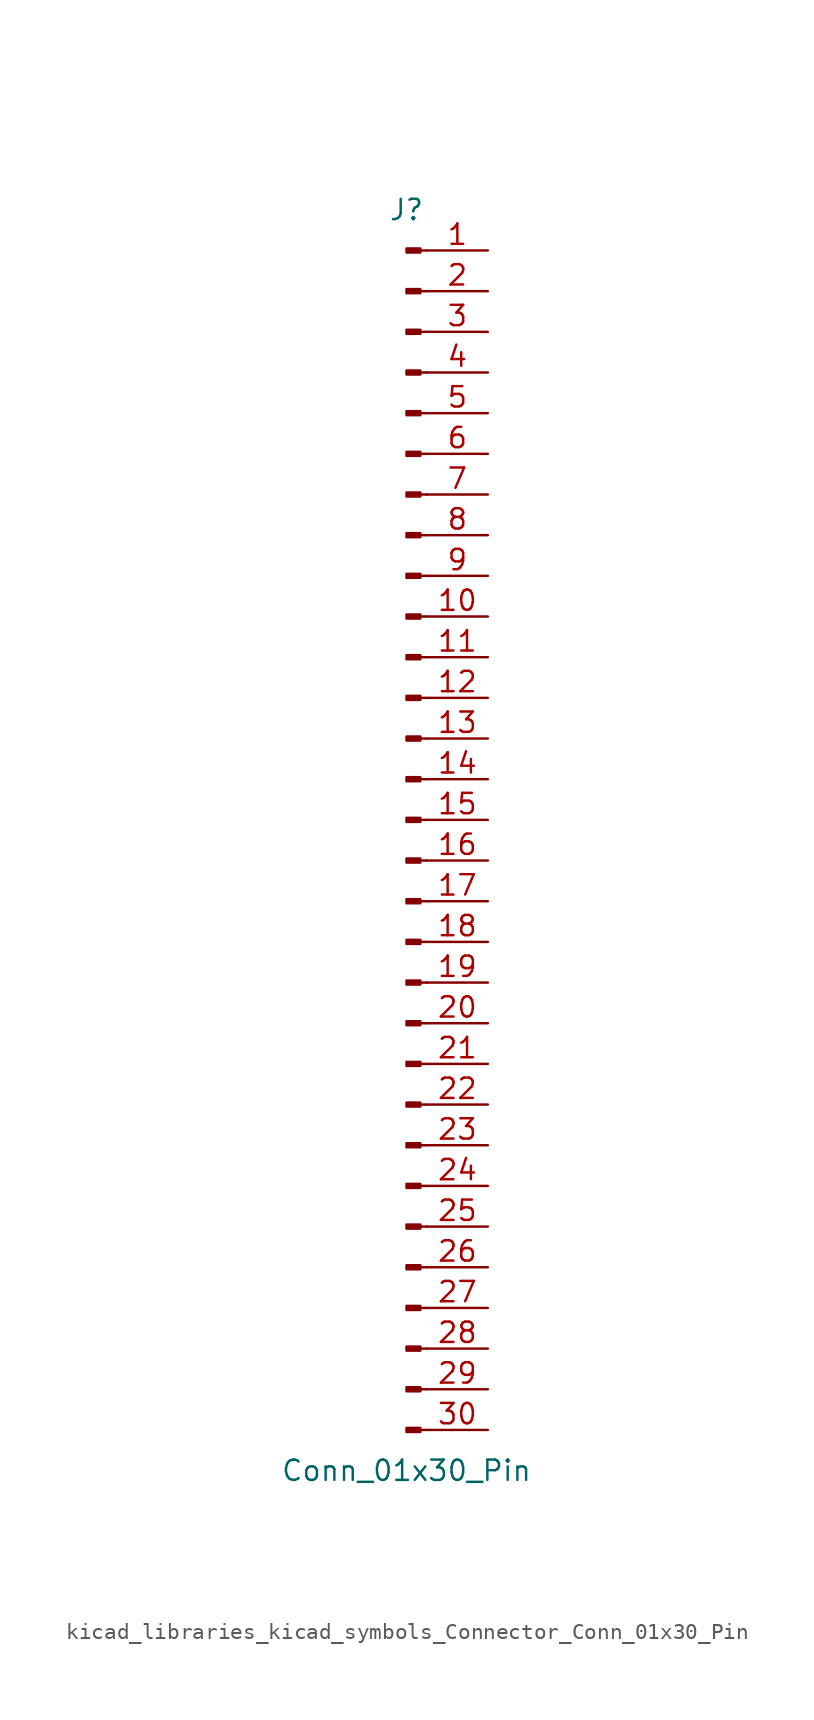
<source format=kicad_sym>
(kicad_symbol_lib
  (version 20220914)
  (generator kicad_symbol_editor)
  (symbol "kicad_libraries_kicad_symbols_Connector_Conn_01x30_Pin"
    (pin_names
      (offset 1.016) hide)
    (property "Reference" "J"
      (at 0 38.1 0)
      (effects (font (size 1.27 1.27))))
    (property "Value" "Conn_01x30_Pin"
      (at 0 -40.64 0)
      (effects (font (size 1.27 1.27))))
    (property "ki_locked" ""
      (at 0 0 0)
      (effects (font (size 1.27 1.27))))
    (symbol "kicad_libraries_kicad_symbols_Connector_Conn_01x30_Pin_1_1"
      (polyline (pts (xy 1.27 -38.1) (xy 0.864 -38.1)) (stroke (width 0.152) (type default)) (fill (type none)))
      (polyline (pts (xy 1.27 -35.56) (xy 0.864 -35.56)) (stroke (width 0.152) (type default)) (fill (type none)))
      (polyline (pts (xy 1.27 -33.02) (xy 0.864 -33.02)) (stroke (width 0.152) (type default)) (fill (type none)))
      (polyline (pts (xy 1.27 -30.48) (xy 0.864 -30.48)) (stroke (width 0.152) (type default)) (fill (type none)))
      (polyline (pts (xy 1.27 -27.94) (xy 0.864 -27.94)) (stroke (width 0.152) (type default)) (fill (type none)))
      (polyline (pts (xy 1.27 -25.4) (xy 0.864 -25.4)) (stroke (width 0.152) (type default)) (fill (type none)))
      (polyline (pts (xy 1.27 -22.86) (xy 0.864 -22.86)) (stroke (width 0.152) (type default)) (fill (type none)))
      (polyline (pts (xy 1.27 -20.32) (xy 0.864 -20.32)) (stroke (width 0.152) (type default)) (fill (type none)))
      (polyline (pts (xy 1.27 -17.78) (xy 0.864 -17.78)) (stroke (width 0.152) (type default)) (fill (type none)))
      (polyline (pts (xy 1.27 -15.24) (xy 0.864 -15.24)) (stroke (width 0.152) (type default)) (fill (type none)))
      (polyline (pts (xy 1.27 -12.7) (xy 0.864 -12.7)) (stroke (width 0.152) (type default)) (fill (type none)))
      (polyline (pts (xy 1.27 -10.16) (xy 0.864 -10.16)) (stroke (width 0.152) (type default)) (fill (type none)))
      (polyline (pts (xy 1.27 -7.62) (xy 0.864 -7.62)) (stroke (width 0.152) (type default)) (fill (type none)))
      (polyline (pts (xy 1.27 -5.08) (xy 0.864 -5.08)) (stroke (width 0.152) (type default)) (fill (type none)))
      (polyline (pts (xy 1.27 -2.54) (xy 0.864 -2.54)) (stroke (width 0.152) (type default)) (fill (type none)))
      (polyline (pts (xy 1.27 0) (xy 0.864 0)) (stroke (width 0.152) (type default)) (fill (type none)))
      (polyline (pts (xy 1.27 2.54) (xy 0.864 2.54)) (stroke (width 0.152) (type default)) (fill (type none)))
      (polyline (pts (xy 1.27 5.08) (xy 0.864 5.08)) (stroke (width 0.152) (type default)) (fill (type none)))
      (polyline (pts (xy 1.27 7.62) (xy 0.864 7.62)) (stroke (width 0.152) (type default)) (fill (type none)))
      (polyline (pts (xy 1.27 10.16) (xy 0.864 10.16)) (stroke (width 0.152) (type default)) (fill (type none)))
      (polyline (pts (xy 1.27 12.7) (xy 0.864 12.7)) (stroke (width 0.152) (type default)) (fill (type none)))
      (polyline (pts (xy 1.27 15.24) (xy 0.864 15.24)) (stroke (width 0.152) (type default)) (fill (type none)))
      (polyline (pts (xy 1.27 17.78) (xy 0.864 17.78)) (stroke (width 0.152) (type default)) (fill (type none)))
      (polyline (pts (xy 1.27 20.32) (xy 0.864 20.32)) (stroke (width 0.152) (type default)) (fill (type none)))
      (polyline (pts (xy 1.27 22.86) (xy 0.864 22.86)) (stroke (width 0.152) (type default)) (fill (type none)))
      (polyline (pts (xy 1.27 25.4) (xy 0.864 25.4)) (stroke (width 0.152) (type default)) (fill (type none)))
      (polyline (pts (xy 1.27 27.94) (xy 0.864 27.94)) (stroke (width 0.152) (type default)) (fill (type none)))
      (polyline (pts (xy 1.27 30.48) (xy 0.864 30.48)) (stroke (width 0.152) (type default)) (fill (type none)))
      (polyline (pts (xy 1.27 33.02) (xy 0.864 33.02)) (stroke (width 0.152) (type default)) (fill (type none)))
      (polyline (pts (xy 1.27 35.56) (xy 0.864 35.56)) (stroke (width 0.152) (type default)) (fill (type none)))
      (rectangle (start 0.864 -37.973) (end 0 -38.227) (stroke (width 0.152) (type default)) (fill (type outline)))
      (rectangle (start 0.864 -35.433) (end 0 -35.687) (stroke (width 0.152) (type default)) (fill (type outline)))
      (rectangle (start 0.864 -32.893) (end 0 -33.147) (stroke (width 0.152) (type default)) (fill (type outline)))
      (rectangle (start 0.864 -30.353) (end 0 -30.607) (stroke (width 0.152) (type default)) (fill (type outline)))
      (rectangle (start 0.864 -27.813) (end 0 -28.067) (stroke (width 0.152) (type default)) (fill (type outline)))
      (rectangle (start 0.864 -25.273) (end 0 -25.527) (stroke (width 0.152) (type default)) (fill (type outline)))
      (rectangle (start 0.864 -22.733) (end 0 -22.987) (stroke (width 0.152) (type default)) (fill (type outline)))
      (rectangle (start 0.864 -20.193) (end 0 -20.447) (stroke (width 0.152) (type default)) (fill (type outline)))
      (rectangle (start 0.864 -17.653) (end 0 -17.907) (stroke (width 0.152) (type default)) (fill (type outline)))
      (rectangle (start 0.864 -15.113) (end 0 -15.367) (stroke (width 0.152) (type default)) (fill (type outline)))
      (rectangle (start 0.864 -12.573) (end 0 -12.827) (stroke (width 0.152) (type default)) (fill (type outline)))
      (rectangle (start 0.864 -10.033) (end 0 -10.287) (stroke (width 0.152) (type default)) (fill (type outline)))
      (rectangle (start 0.864 -7.493) (end 0 -7.747) (stroke (width 0.152) (type default)) (fill (type outline)))
      (rectangle (start 0.864 -4.953) (end 0 -5.207) (stroke (width 0.152) (type default)) (fill (type outline)))
      (rectangle (start 0.864 -2.413) (end 0 -2.667) (stroke (width 0.152) (type default)) (fill (type outline)))
      (rectangle (start 0.864 0.127) (end 0 -0.127) (stroke (width 0.152) (type default)) (fill (type outline)))
      (rectangle (start 0.864 2.667) (end 0 2.413) (stroke (width 0.152) (type default)) (fill (type outline)))
      (rectangle (start 0.864 5.207) (end 0 4.953) (stroke (width 0.152) (type default)) (fill (type outline)))
      (rectangle (start 0.864 7.747) (end 0 7.493) (stroke (width 0.152) (type default)) (fill (type outline)))
      (rectangle (start 0.864 10.287) (end 0 10.033) (stroke (width 0.152) (type default)) (fill (type outline)))
      (rectangle (start 0.864 12.827) (end 0 12.573) (stroke (width 0.152) (type default)) (fill (type outline)))
      (rectangle (start 0.864 15.367) (end 0 15.113) (stroke (width 0.152) (type default)) (fill (type outline)))
      (rectangle (start 0.864 17.907) (end 0 17.653) (stroke (width 0.152) (type default)) (fill (type outline)))
      (rectangle (start 0.864 20.447) (end 0 20.193) (stroke (width 0.152) (type default)) (fill (type outline)))
      (rectangle (start 0.864 22.987) (end 0 22.733) (stroke (width 0.152) (type default)) (fill (type outline)))
      (rectangle (start 0.864 25.527) (end 0 25.273) (stroke (width 0.152) (type default)) (fill (type outline)))
      (rectangle (start 0.864 28.067) (end 0 27.813) (stroke (width 0.152) (type default)) (fill (type outline)))
      (rectangle (start 0.864 30.607) (end 0 30.353) (stroke (width 0.152) (type default)) (fill (type outline)))
      (rectangle (start 0.864 33.147) (end 0 32.893) (stroke (width 0.152) (type default)) (fill (type outline)))
      (rectangle (start 0.864 35.687) (end 0 35.433) (stroke (width 0.152) (type default)) (fill (type outline)))
      (pin passive line (at 5.08 35.56 180) (length 3.81) (name "Pin_1" (effects (font (size 1.27 1.27)))) (number "1" (effects (font (size 1.27 1.27)))))
      (pin passive line (at 5.08 12.7 180) (length 3.81) (name "Pin_10" (effects (font (size 1.27 1.27)))) (number "10" (effects (font (size 1.27 1.27)))))
      (pin passive line (at 5.08 10.16 180) (length 3.81) (name "Pin_11" (effects (font (size 1.27 1.27)))) (number "11" (effects (font (size 1.27 1.27)))))
      (pin passive line (at 5.08 7.62 180) (length 3.81) (name "Pin_12" (effects (font (size 1.27 1.27)))) (number "12" (effects (font (size 1.27 1.27)))))
      (pin passive line (at 5.08 5.08 180) (length 3.81) (name "Pin_13" (effects (font (size 1.27 1.27)))) (number "13" (effects (font (size 1.27 1.27)))))
      (pin passive line (at 5.08 2.54 180) (length 3.81) (name "Pin_14" (effects (font (size 1.27 1.27)))) (number "14" (effects (font (size 1.27 1.27)))))
      (pin passive line (at 5.08 0 180) (length 3.81) (name "Pin_15" (effects (font (size 1.27 1.27)))) (number "15" (effects (font (size 1.27 1.27)))))
      (pin passive line (at 5.08 -2.54 180) (length 3.81) (name "Pin_16" (effects (font (size 1.27 1.27)))) (number "16" (effects (font (size 1.27 1.27)))))
      (pin passive line (at 5.08 -5.08 180) (length 3.81) (name "Pin_17" (effects (font (size 1.27 1.27)))) (number "17" (effects (font (size 1.27 1.27)))))
      (pin passive line (at 5.08 -7.62 180) (length 3.81) (name "Pin_18" (effects (font (size 1.27 1.27)))) (number "18" (effects (font (size 1.27 1.27)))))
      (pin passive line (at 5.08 -10.16 180) (length 3.81) (name "Pin_19" (effects (font (size 1.27 1.27)))) (number "19" (effects (font (size 1.27 1.27)))))
      (pin passive line (at 5.08 33.02 180) (length 3.81) (name "Pin_2" (effects (font (size 1.27 1.27)))) (number "2" (effects (font (size 1.27 1.27)))))
      (pin passive line (at 5.08 -12.7 180) (length 3.81) (name "Pin_20" (effects (font (size 1.27 1.27)))) (number "20" (effects (font (size 1.27 1.27)))))
      (pin passive line (at 5.08 -15.24 180) (length 3.81) (name "Pin_21" (effects (font (size 1.27 1.27)))) (number "21" (effects (font (size 1.27 1.27)))))
      (pin passive line (at 5.08 -17.78 180) (length 3.81) (name "Pin_22" (effects (font (size 1.27 1.27)))) (number "22" (effects (font (size 1.27 1.27)))))
      (pin passive line (at 5.08 -20.32 180) (length 3.81) (name "Pin_23" (effects (font (size 1.27 1.27)))) (number "23" (effects (font (size 1.27 1.27)))))
      (pin passive line (at 5.08 -22.86 180) (length 3.81) (name "Pin_24" (effects (font (size 1.27 1.27)))) (number "24" (effects (font (size 1.27 1.27)))))
      (pin passive line (at 5.08 -25.4 180) (length 3.81) (name "Pin_25" (effects (font (size 1.27 1.27)))) (number "25" (effects (font (size 1.27 1.27)))))
      (pin passive line (at 5.08 -27.94 180) (length 3.81) (name "Pin_26" (effects (font (size 1.27 1.27)))) (number "26" (effects (font (size 1.27 1.27)))))
      (pin passive line (at 5.08 -30.48 180) (length 3.81) (name "Pin_27" (effects (font (size 1.27 1.27)))) (number "27" (effects (font (size 1.27 1.27)))))
      (pin passive line (at 5.08 -33.02 180) (length 3.81) (name "Pin_28" (effects (font (size 1.27 1.27)))) (number "28" (effects (font (size 1.27 1.27)))))
      (pin passive line (at 5.08 -35.56 180) (length 3.81) (name "Pin_29" (effects (font (size 1.27 1.27)))) (number "29" (effects (font (size 1.27 1.27)))))
      (pin passive line (at 5.08 30.48 180) (length 3.81) (name "Pin_3" (effects (font (size 1.27 1.27)))) (number "3" (effects (font (size 1.27 1.27)))))
      (pin passive line (at 5.08 -38.1 180) (length 3.81) (name "Pin_30" (effects (font (size 1.27 1.27)))) (number "30" (effects (font (size 1.27 1.27)))))
      (pin passive line (at 5.08 27.94 180) (length 3.81) (name "Pin_4" (effects (font (size 1.27 1.27)))) (number "4" (effects (font (size 1.27 1.27)))))
      (pin passive line (at 5.08 25.4 180) (length 3.81) (name "Pin_5" (effects (font (size 1.27 1.27)))) (number "5" (effects (font (size 1.27 1.27)))))
      (pin passive line (at 5.08 22.86 180) (length 3.81) (name "Pin_6" (effects (font (size 1.27 1.27)))) (number "6" (effects (font (size 1.27 1.27)))))
      (pin passive line (at 5.08 20.32 180) (length 3.81) (name "Pin_7" (effects (font (size 1.27 1.27)))) (number "7" (effects (font (size 1.27 1.27)))))
      (pin passive line (at 5.08 17.78 180) (length 3.81) (name "Pin_8" (effects (font (size 1.27 1.27)))) (number "8" (effects (font (size 1.27 1.27)))))
      (pin passive line (at 5.08 15.24 180) (length 3.81) (name "Pin_9" (effects (font (size 1.27 1.27)))) (number "9" (effects (font (size 1.27 1.27))))))))
</source>
